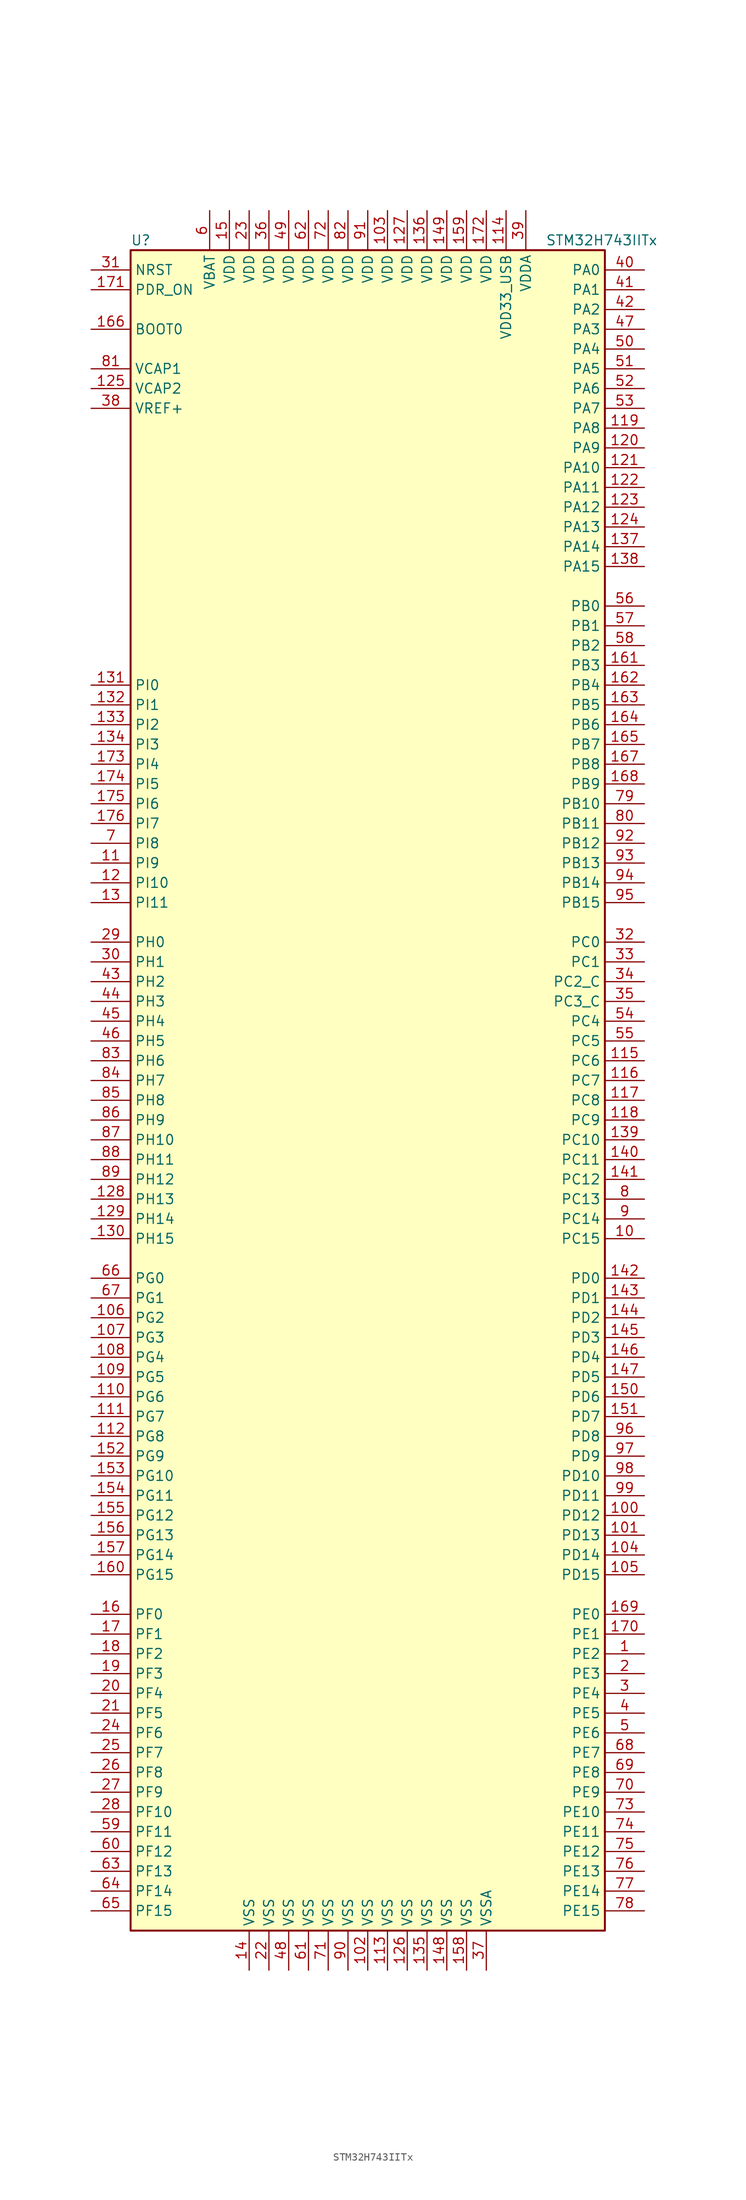
<source format=kicad_sym>
(kicad_symbol_lib
  (version 20201005)
  (generator kicad_symbol_editor)
  (symbol "MCU_ST_STM32H7:STM32H743IITx"
    (property "Reference" "U"
      (at -30.48 107.95 0)
      (effects (font (size 1.27 1.27)) (justify left)))
    (property "Value" "STM32H743IITx"
      (at 22.86 107.95 0)
      (effects (font (size 1.27 1.27)) (justify left)))
    (symbol "STM32H743IITx_0_1"
      (rectangle (start -30.48 -109.22) (end 30.48 106.68) (stroke (width 0.254)) (fill (type background))))
    (symbol "STM32H743IITx_1_1"
      (pin input line (at -35.56 96.52 0) (length 5.08) (name "BOOT0" (effects (font (size 1.27 1.27)))) (number "166" (effects (font (size 1.27 1.27)))))
      (pin input line (at -35.56 104.14 0) (length 5.08) (name "NRST" (effects (font (size 1.27 1.27)))) (number "31" (effects (font (size 1.27 1.27)))))
      (pin bidirectional line (at 35.56 104.14 180) (length 5.08) (name "PA0" (effects (font (size 1.27 1.27)))) (number "40" (effects (font (size 1.27 1.27)))))
      (pin bidirectional line (at 35.56 101.6 180) (length 5.08) (name "PA1" (effects (font (size 1.27 1.27)))) (number "41" (effects (font (size 1.27 1.27)))))
      (pin bidirectional line (at 35.56 78.74 180) (length 5.08) (name "PA10" (effects (font (size 1.27 1.27)))) (number "121" (effects (font (size 1.27 1.27)))))
      (pin bidirectional line (at 35.56 76.2 180) (length 5.08) (name "PA11" (effects (font (size 1.27 1.27)))) (number "122" (effects (font (size 1.27 1.27)))))
      (pin bidirectional line (at 35.56 73.66 180) (length 5.08) (name "PA12" (effects (font (size 1.27 1.27)))) (number "123" (effects (font (size 1.27 1.27)))))
      (pin bidirectional line (at 35.56 71.12 180) (length 5.08) (name "PA13" (effects (font (size 1.27 1.27)))) (number "124" (effects (font (size 1.27 1.27)))))
      (pin bidirectional line (at 35.56 68.58 180) (length 5.08) (name "PA14" (effects (font (size 1.27 1.27)))) (number "137" (effects (font (size 1.27 1.27)))))
      (pin bidirectional line (at 35.56 66.04 180) (length 5.08) (name "PA15" (effects (font (size 1.27 1.27)))) (number "138" (effects (font (size 1.27 1.27)))))
      (pin bidirectional line (at 35.56 99.06 180) (length 5.08) (name "PA2" (effects (font (size 1.27 1.27)))) (number "42" (effects (font (size 1.27 1.27)))))
      (pin bidirectional line (at 35.56 96.52 180) (length 5.08) (name "PA3" (effects (font (size 1.27 1.27)))) (number "47" (effects (font (size 1.27 1.27)))))
      (pin bidirectional line (at 35.56 93.98 180) (length 5.08) (name "PA4" (effects (font (size 1.27 1.27)))) (number "50" (effects (font (size 1.27 1.27)))))
      (pin bidirectional line (at 35.56 91.44 180) (length 5.08) (name "PA5" (effects (font (size 1.27 1.27)))) (number "51" (effects (font (size 1.27 1.27)))))
      (pin bidirectional line (at 35.56 88.9 180) (length 5.08) (name "PA6" (effects (font (size 1.27 1.27)))) (number "52" (effects (font (size 1.27 1.27)))))
      (pin bidirectional line (at 35.56 86.36 180) (length 5.08) (name "PA7" (effects (font (size 1.27 1.27)))) (number "53" (effects (font (size 1.27 1.27)))))
      (pin bidirectional line (at 35.56 83.82 180) (length 5.08) (name "PA8" (effects (font (size 1.27 1.27)))) (number "119" (effects (font (size 1.27 1.27)))))
      (pin bidirectional line (at 35.56 81.28 180) (length 5.08) (name "PA9" (effects (font (size 1.27 1.27)))) (number "120" (effects (font (size 1.27 1.27)))))
      (pin bidirectional line (at 35.56 60.96 180) (length 5.08) (name "PB0" (effects (font (size 1.27 1.27)))) (number "56" (effects (font (size 1.27 1.27)))))
      (pin bidirectional line (at 35.56 58.42 180) (length 5.08) (name "PB1" (effects (font (size 1.27 1.27)))) (number "57" (effects (font (size 1.27 1.27)))))
      (pin bidirectional line (at 35.56 35.56 180) (length 5.08) (name "PB10" (effects (font (size 1.27 1.27)))) (number "79" (effects (font (size 1.27 1.27)))))
      (pin bidirectional line (at 35.56 33.02 180) (length 5.08) (name "PB11" (effects (font (size 1.27 1.27)))) (number "80" (effects (font (size 1.27 1.27)))))
      (pin bidirectional line (at 35.56 30.48 180) (length 5.08) (name "PB12" (effects (font (size 1.27 1.27)))) (number "92" (effects (font (size 1.27 1.27)))))
      (pin bidirectional line (at 35.56 27.94 180) (length 5.08) (name "PB13" (effects (font (size 1.27 1.27)))) (number "93" (effects (font (size 1.27 1.27)))))
      (pin bidirectional line (at 35.56 25.4 180) (length 5.08) (name "PB14" (effects (font (size 1.27 1.27)))) (number "94" (effects (font (size 1.27 1.27)))))
      (pin bidirectional line (at 35.56 22.86 180) (length 5.08) (name "PB15" (effects (font (size 1.27 1.27)))) (number "95" (effects (font (size 1.27 1.27)))))
      (pin bidirectional line (at 35.56 55.88 180) (length 5.08) (name "PB2" (effects (font (size 1.27 1.27)))) (number "58" (effects (font (size 1.27 1.27)))))
      (pin bidirectional line (at 35.56 53.34 180) (length 5.08) (name "PB3" (effects (font (size 1.27 1.27)))) (number "161" (effects (font (size 1.27 1.27)))))
      (pin bidirectional line (at 35.56 50.8 180) (length 5.08) (name "PB4" (effects (font (size 1.27 1.27)))) (number "162" (effects (font (size 1.27 1.27)))))
      (pin bidirectional line (at 35.56 48.26 180) (length 5.08) (name "PB5" (effects (font (size 1.27 1.27)))) (number "163" (effects (font (size 1.27 1.27)))))
      (pin bidirectional line (at 35.56 45.72 180) (length 5.08) (name "PB6" (effects (font (size 1.27 1.27)))) (number "164" (effects (font (size 1.27 1.27)))))
      (pin bidirectional line (at 35.56 43.18 180) (length 5.08) (name "PB7" (effects (font (size 1.27 1.27)))) (number "165" (effects (font (size 1.27 1.27)))))
      (pin bidirectional line (at 35.56 40.64 180) (length 5.08) (name "PB8" (effects (font (size 1.27 1.27)))) (number "167" (effects (font (size 1.27 1.27)))))
      (pin bidirectional line (at 35.56 38.1 180) (length 5.08) (name "PB9" (effects (font (size 1.27 1.27)))) (number "168" (effects (font (size 1.27 1.27)))))
      (pin bidirectional line (at 35.56 17.78 180) (length 5.08) (name "PC0" (effects (font (size 1.27 1.27)))) (number "32" (effects (font (size 1.27 1.27)))))
      (pin bidirectional line (at 35.56 15.24 180) (length 5.08) (name "PC1" (effects (font (size 1.27 1.27)))) (number "33" (effects (font (size 1.27 1.27)))))
      (pin bidirectional line (at 35.56 -7.62 180) (length 5.08) (name "PC10" (effects (font (size 1.27 1.27)))) (number "139" (effects (font (size 1.27 1.27)))))
      (pin bidirectional line (at 35.56 -10.16 180) (length 5.08) (name "PC11" (effects (font (size 1.27 1.27)))) (number "140" (effects (font (size 1.27 1.27)))))
      (pin bidirectional line (at 35.56 -12.7 180) (length 5.08) (name "PC12" (effects (font (size 1.27 1.27)))) (number "141" (effects (font (size 1.27 1.27)))))
      (pin bidirectional line (at 35.56 -15.24 180) (length 5.08) (name "PC13" (effects (font (size 1.27 1.27)))) (number "8" (effects (font (size 1.27 1.27)))))
      (pin bidirectional line (at 35.56 -17.78 180) (length 5.08) (name "PC14" (effects (font (size 1.27 1.27)))) (number "9" (effects (font (size 1.27 1.27)))))
      (pin bidirectional line (at 35.56 -20.32 180) (length 5.08) (name "PC15" (effects (font (size 1.27 1.27)))) (number "10" (effects (font (size 1.27 1.27)))))
      (pin bidirectional line (at 35.56 12.7 180) (length 5.08) (name "PC2_C" (effects (font (size 1.27 1.27)))) (number "34" (effects (font (size 1.27 1.27)))))
      (pin bidirectional line (at 35.56 10.16 180) (length 5.08) (name "PC3_C" (effects (font (size 1.27 1.27)))) (number "35" (effects (font (size 1.27 1.27)))))
      (pin bidirectional line (at 35.56 7.62 180) (length 5.08) (name "PC4" (effects (font (size 1.27 1.27)))) (number "54" (effects (font (size 1.27 1.27)))))
      (pin bidirectional line (at 35.56 5.08 180) (length 5.08) (name "PC5" (effects (font (size 1.27 1.27)))) (number "55" (effects (font (size 1.27 1.27)))))
      (pin bidirectional line (at 35.56 2.54 180) (length 5.08) (name "PC6" (effects (font (size 1.27 1.27)))) (number "115" (effects (font (size 1.27 1.27)))))
      (pin bidirectional line (at 35.56 0 180) (length 5.08) (name "PC7" (effects (font (size 1.27 1.27)))) (number "116" (effects (font (size 1.27 1.27)))))
      (pin bidirectional line (at 35.56 -2.54 180) (length 5.08) (name "PC8" (effects (font (size 1.27 1.27)))) (number "117" (effects (font (size 1.27 1.27)))))
      (pin bidirectional line (at 35.56 -5.08 180) (length 5.08) (name "PC9" (effects (font (size 1.27 1.27)))) (number "118" (effects (font (size 1.27 1.27)))))
      (pin bidirectional line (at 35.56 -25.4 180) (length 5.08) (name "PD0" (effects (font (size 1.27 1.27)))) (number "142" (effects (font (size 1.27 1.27)))))
      (pin bidirectional line (at 35.56 -27.94 180) (length 5.08) (name "PD1" (effects (font (size 1.27 1.27)))) (number "143" (effects (font (size 1.27 1.27)))))
      (pin bidirectional line (at 35.56 -50.8 180) (length 5.08) (name "PD10" (effects (font (size 1.27 1.27)))) (number "98" (effects (font (size 1.27 1.27)))))
      (pin bidirectional line (at 35.56 -53.34 180) (length 5.08) (name "PD11" (effects (font (size 1.27 1.27)))) (number "99" (effects (font (size 1.27 1.27)))))
      (pin bidirectional line (at 35.56 -55.88 180) (length 5.08) (name "PD12" (effects (font (size 1.27 1.27)))) (number "100" (effects (font (size 1.27 1.27)))))
      (pin bidirectional line (at 35.56 -58.42 180) (length 5.08) (name "PD13" (effects (font (size 1.27 1.27)))) (number "101" (effects (font (size 1.27 1.27)))))
      (pin bidirectional line (at 35.56 -60.96 180) (length 5.08) (name "PD14" (effects (font (size 1.27 1.27)))) (number "104" (effects (font (size 1.27 1.27)))))
      (pin bidirectional line (at 35.56 -63.5 180) (length 5.08) (name "PD15" (effects (font (size 1.27 1.27)))) (number "105" (effects (font (size 1.27 1.27)))))
      (pin bidirectional line (at 35.56 -30.48 180) (length 5.08) (name "PD2" (effects (font (size 1.27 1.27)))) (number "144" (effects (font (size 1.27 1.27)))))
      (pin bidirectional line (at 35.56 -33.02 180) (length 5.08) (name "PD3" (effects (font (size 1.27 1.27)))) (number "145" (effects (font (size 1.27 1.27)))))
      (pin bidirectional line (at 35.56 -35.56 180) (length 5.08) (name "PD4" (effects (font (size 1.27 1.27)))) (number "146" (effects (font (size 1.27 1.27)))))
      (pin bidirectional line (at 35.56 -38.1 180) (length 5.08) (name "PD5" (effects (font (size 1.27 1.27)))) (number "147" (effects (font (size 1.27 1.27)))))
      (pin bidirectional line (at 35.56 -40.64 180) (length 5.08) (name "PD6" (effects (font (size 1.27 1.27)))) (number "150" (effects (font (size 1.27 1.27)))))
      (pin bidirectional line (at 35.56 -43.18 180) (length 5.08) (name "PD7" (effects (font (size 1.27 1.27)))) (number "151" (effects (font (size 1.27 1.27)))))
      (pin bidirectional line (at 35.56 -45.72 180) (length 5.08) (name "PD8" (effects (font (size 1.27 1.27)))) (number "96" (effects (font (size 1.27 1.27)))))
      (pin bidirectional line (at 35.56 -48.26 180) (length 5.08) (name "PD9" (effects (font (size 1.27 1.27)))) (number "97" (effects (font (size 1.27 1.27)))))
      (pin input line (at -35.56 101.6 0) (length 5.08) (name "PDR_ON" (effects (font (size 1.27 1.27)))) (number "171" (effects (font (size 1.27 1.27)))))
      (pin bidirectional line (at 35.56 -68.58 180) (length 5.08) (name "PE0" (effects (font (size 1.27 1.27)))) (number "169" (effects (font (size 1.27 1.27)))))
      (pin bidirectional line (at 35.56 -71.12 180) (length 5.08) (name "PE1" (effects (font (size 1.27 1.27)))) (number "170" (effects (font (size 1.27 1.27)))))
      (pin bidirectional line (at 35.56 -93.98 180) (length 5.08) (name "PE10" (effects (font (size 1.27 1.27)))) (number "73" (effects (font (size 1.27 1.27)))))
      (pin bidirectional line (at 35.56 -96.52 180) (length 5.08) (name "PE11" (effects (font (size 1.27 1.27)))) (number "74" (effects (font (size 1.27 1.27)))))
      (pin bidirectional line (at 35.56 -99.06 180) (length 5.08) (name "PE12" (effects (font (size 1.27 1.27)))) (number "75" (effects (font (size 1.27 1.27)))))
      (pin bidirectional line (at 35.56 -101.6 180) (length 5.08) (name "PE13" (effects (font (size 1.27 1.27)))) (number "76" (effects (font (size 1.27 1.27)))))
      (pin bidirectional line (at 35.56 -104.14 180) (length 5.08) (name "PE14" (effects (font (size 1.27 1.27)))) (number "77" (effects (font (size 1.27 1.27)))))
      (pin bidirectional line (at 35.56 -106.68 180) (length 5.08) (name "PE15" (effects (font (size 1.27 1.27)))) (number "78" (effects (font (size 1.27 1.27)))))
      (pin bidirectional line (at 35.56 -73.66 180) (length 5.08) (name "PE2" (effects (font (size 1.27 1.27)))) (number "1" (effects (font (size 1.27 1.27)))))
      (pin bidirectional line (at 35.56 -76.2 180) (length 5.08) (name "PE3" (effects (font (size 1.27 1.27)))) (number "2" (effects (font (size 1.27 1.27)))))
      (pin bidirectional line (at 35.56 -78.74 180) (length 5.08) (name "PE4" (effects (font (size 1.27 1.27)))) (number "3" (effects (font (size 1.27 1.27)))))
      (pin bidirectional line (at 35.56 -81.28 180) (length 5.08) (name "PE5" (effects (font (size 1.27 1.27)))) (number "4" (effects (font (size 1.27 1.27)))))
      (pin bidirectional line (at 35.56 -83.82 180) (length 5.08) (name "PE6" (effects (font (size 1.27 1.27)))) (number "5" (effects (font (size 1.27 1.27)))))
      (pin bidirectional line (at 35.56 -86.36 180) (length 5.08) (name "PE7" (effects (font (size 1.27 1.27)))) (number "68" (effects (font (size 1.27 1.27)))))
      (pin bidirectional line (at 35.56 -88.9 180) (length 5.08) (name "PE8" (effects (font (size 1.27 1.27)))) (number "69" (effects (font (size 1.27 1.27)))))
      (pin bidirectional line (at 35.56 -91.44 180) (length 5.08) (name "PE9" (effects (font (size 1.27 1.27)))) (number "70" (effects (font (size 1.27 1.27)))))
      (pin bidirectional line (at -35.56 -68.58 0) (length 5.08) (name "PF0" (effects (font (size 1.27 1.27)))) (number "16" (effects (font (size 1.27 1.27)))))
      (pin bidirectional line (at -35.56 -71.12 0) (length 5.08) (name "PF1" (effects (font (size 1.27 1.27)))) (number "17" (effects (font (size 1.27 1.27)))))
      (pin bidirectional line (at -35.56 -93.98 0) (length 5.08) (name "PF10" (effects (font (size 1.27 1.27)))) (number "28" (effects (font (size 1.27 1.27)))))
      (pin bidirectional line (at -35.56 -96.52 0) (length 5.08) (name "PF11" (effects (font (size 1.27 1.27)))) (number "59" (effects (font (size 1.27 1.27)))))
      (pin bidirectional line (at -35.56 -99.06 0) (length 5.08) (name "PF12" (effects (font (size 1.27 1.27)))) (number "60" (effects (font (size 1.27 1.27)))))
      (pin bidirectional line (at -35.56 -101.6 0) (length 5.08) (name "PF13" (effects (font (size 1.27 1.27)))) (number "63" (effects (font (size 1.27 1.27)))))
      (pin bidirectional line (at -35.56 -104.14 0) (length 5.08) (name "PF14" (effects (font (size 1.27 1.27)))) (number "64" (effects (font (size 1.27 1.27)))))
      (pin bidirectional line (at -35.56 -106.68 0) (length 5.08) (name "PF15" (effects (font (size 1.27 1.27)))) (number "65" (effects (font (size 1.27 1.27)))))
      (pin bidirectional line (at -35.56 -73.66 0) (length 5.08) (name "PF2" (effects (font (size 1.27 1.27)))) (number "18" (effects (font (size 1.27 1.27)))))
      (pin bidirectional line (at -35.56 -76.2 0) (length 5.08) (name "PF3" (effects (font (size 1.27 1.27)))) (number "19" (effects (font (size 1.27 1.27)))))
      (pin bidirectional line (at -35.56 -78.74 0) (length 5.08) (name "PF4" (effects (font (size 1.27 1.27)))) (number "20" (effects (font (size 1.27 1.27)))))
      (pin bidirectional line (at -35.56 -81.28 0) (length 5.08) (name "PF5" (effects (font (size 1.27 1.27)))) (number "21" (effects (font (size 1.27 1.27)))))
      (pin bidirectional line (at -35.56 -83.82 0) (length 5.08) (name "PF6" (effects (font (size 1.27 1.27)))) (number "24" (effects (font (size 1.27 1.27)))))
      (pin bidirectional line (at -35.56 -86.36 0) (length 5.08) (name "PF7" (effects (font (size 1.27 1.27)))) (number "25" (effects (font (size 1.27 1.27)))))
      (pin bidirectional line (at -35.56 -88.9 0) (length 5.08) (name "PF8" (effects (font (size 1.27 1.27)))) (number "26" (effects (font (size 1.27 1.27)))))
      (pin bidirectional line (at -35.56 -91.44 0) (length 5.08) (name "PF9" (effects (font (size 1.27 1.27)))) (number "27" (effects (font (size 1.27 1.27)))))
      (pin bidirectional line (at -35.56 -25.4 0) (length 5.08) (name "PG0" (effects (font (size 1.27 1.27)))) (number "66" (effects (font (size 1.27 1.27)))))
      (pin bidirectional line (at -35.56 -27.94 0) (length 5.08) (name "PG1" (effects (font (size 1.27 1.27)))) (number "67" (effects (font (size 1.27 1.27)))))
      (pin bidirectional line (at -35.56 -50.8 0) (length 5.08) (name "PG10" (effects (font (size 1.27 1.27)))) (number "153" (effects (font (size 1.27 1.27)))))
      (pin bidirectional line (at -35.56 -53.34 0) (length 5.08) (name "PG11" (effects (font (size 1.27 1.27)))) (number "154" (effects (font (size 1.27 1.27)))))
      (pin bidirectional line (at -35.56 -55.88 0) (length 5.08) (name "PG12" (effects (font (size 1.27 1.27)))) (number "155" (effects (font (size 1.27 1.27)))))
      (pin bidirectional line (at -35.56 -58.42 0) (length 5.08) (name "PG13" (effects (font (size 1.27 1.27)))) (number "156" (effects (font (size 1.27 1.27)))))
      (pin bidirectional line (at -35.56 -60.96 0) (length 5.08) (name "PG14" (effects (font (size 1.27 1.27)))) (number "157" (effects (font (size 1.27 1.27)))))
      (pin bidirectional line (at -35.56 -63.5 0) (length 5.08) (name "PG15" (effects (font (size 1.27 1.27)))) (number "160" (effects (font (size 1.27 1.27)))))
      (pin bidirectional line (at -35.56 -30.48 0) (length 5.08) (name "PG2" (effects (font (size 1.27 1.27)))) (number "106" (effects (font (size 1.27 1.27)))))
      (pin bidirectional line (at -35.56 -33.02 0) (length 5.08) (name "PG3" (effects (font (size 1.27 1.27)))) (number "107" (effects (font (size 1.27 1.27)))))
      (pin bidirectional line (at -35.56 -35.56 0) (length 5.08) (name "PG4" (effects (font (size 1.27 1.27)))) (number "108" (effects (font (size 1.27 1.27)))))
      (pin bidirectional line (at -35.56 -38.1 0) (length 5.08) (name "PG5" (effects (font (size 1.27 1.27)))) (number "109" (effects (font (size 1.27 1.27)))))
      (pin bidirectional line (at -35.56 -40.64 0) (length 5.08) (name "PG6" (effects (font (size 1.27 1.27)))) (number "110" (effects (font (size 1.27 1.27)))))
      (pin bidirectional line (at -35.56 -43.18 0) (length 5.08) (name "PG7" (effects (font (size 1.27 1.27)))) (number "111" (effects (font (size 1.27 1.27)))))
      (pin bidirectional line (at -35.56 -45.72 0) (length 5.08) (name "PG8" (effects (font (size 1.27 1.27)))) (number "112" (effects (font (size 1.27 1.27)))))
      (pin bidirectional line (at -35.56 -48.26 0) (length 5.08) (name "PG9" (effects (font (size 1.27 1.27)))) (number "152" (effects (font (size 1.27 1.27)))))
      (pin input line (at -35.56 17.78 0) (length 5.08) (name "PH0" (effects (font (size 1.27 1.27)))) (number "29" (effects (font (size 1.27 1.27)))))
      (pin input line (at -35.56 15.24 0) (length 5.08) (name "PH1" (effects (font (size 1.27 1.27)))) (number "30" (effects (font (size 1.27 1.27)))))
      (pin bidirectional line (at -35.56 -7.62 0) (length 5.08) (name "PH10" (effects (font (size 1.27 1.27)))) (number "87" (effects (font (size 1.27 1.27)))))
      (pin bidirectional line (at -35.56 -10.16 0) (length 5.08) (name "PH11" (effects (font (size 1.27 1.27)))) (number "88" (effects (font (size 1.27 1.27)))))
      (pin bidirectional line (at -35.56 -12.7 0) (length 5.08) (name "PH12" (effects (font (size 1.27 1.27)))) (number "89" (effects (font (size 1.27 1.27)))))
      (pin bidirectional line (at -35.56 -15.24 0) (length 5.08) (name "PH13" (effects (font (size 1.27 1.27)))) (number "128" (effects (font (size 1.27 1.27)))))
      (pin bidirectional line (at -35.56 -17.78 0) (length 5.08) (name "PH14" (effects (font (size 1.27 1.27)))) (number "129" (effects (font (size 1.27 1.27)))))
      (pin bidirectional line (at -35.56 -20.32 0) (length 5.08) (name "PH15" (effects (font (size 1.27 1.27)))) (number "130" (effects (font (size 1.27 1.27)))))
      (pin bidirectional line (at -35.56 12.7 0) (length 5.08) (name "PH2" (effects (font (size 1.27 1.27)))) (number "43" (effects (font (size 1.27 1.27)))))
      (pin bidirectional line (at -35.56 10.16 0) (length 5.08) (name "PH3" (effects (font (size 1.27 1.27)))) (number "44" (effects (font (size 1.27 1.27)))))
      (pin bidirectional line (at -35.56 7.62 0) (length 5.08) (name "PH4" (effects (font (size 1.27 1.27)))) (number "45" (effects (font (size 1.27 1.27)))))
      (pin bidirectional line (at -35.56 5.08 0) (length 5.08) (name "PH5" (effects (font (size 1.27 1.27)))) (number "46" (effects (font (size 1.27 1.27)))))
      (pin bidirectional line (at -35.56 2.54 0) (length 5.08) (name "PH6" (effects (font (size 1.27 1.27)))) (number "83" (effects (font (size 1.27 1.27)))))
      (pin bidirectional line (at -35.56 0 0) (length 5.08) (name "PH7" (effects (font (size 1.27 1.27)))) (number "84" (effects (font (size 1.27 1.27)))))
      (pin bidirectional line (at -35.56 -2.54 0) (length 5.08) (name "PH8" (effects (font (size 1.27 1.27)))) (number "85" (effects (font (size 1.27 1.27)))))
      (pin bidirectional line (at -35.56 -5.08 0) (length 5.08) (name "PH9" (effects (font (size 1.27 1.27)))) (number "86" (effects (font (size 1.27 1.27)))))
      (pin bidirectional line (at -35.56 50.8 0) (length 5.08) (name "PI0" (effects (font (size 1.27 1.27)))) (number "131" (effects (font (size 1.27 1.27)))))
      (pin bidirectional line (at -35.56 48.26 0) (length 5.08) (name "PI1" (effects (font (size 1.27 1.27)))) (number "132" (effects (font (size 1.27 1.27)))))
      (pin bidirectional line (at -35.56 25.4 0) (length 5.08) (name "PI10" (effects (font (size 1.27 1.27)))) (number "12" (effects (font (size 1.27 1.27)))))
      (pin bidirectional line (at -35.56 22.86 0) (length 5.08) (name "PI11" (effects (font (size 1.27 1.27)))) (number "13" (effects (font (size 1.27 1.27)))))
      (pin bidirectional line (at -35.56 45.72 0) (length 5.08) (name "PI2" (effects (font (size 1.27 1.27)))) (number "133" (effects (font (size 1.27 1.27)))))
      (pin bidirectional line (at -35.56 43.18 0) (length 5.08) (name "PI3" (effects (font (size 1.27 1.27)))) (number "134" (effects (font (size 1.27 1.27)))))
      (pin bidirectional line (at -35.56 40.64 0) (length 5.08) (name "PI4" (effects (font (size 1.27 1.27)))) (number "173" (effects (font (size 1.27 1.27)))))
      (pin bidirectional line (at -35.56 38.1 0) (length 5.08) (name "PI5" (effects (font (size 1.27 1.27)))) (number "174" (effects (font (size 1.27 1.27)))))
      (pin bidirectional line (at -35.56 35.56 0) (length 5.08) (name "PI6" (effects (font (size 1.27 1.27)))) (number "175" (effects (font (size 1.27 1.27)))))
      (pin bidirectional line (at -35.56 33.02 0) (length 5.08) (name "PI7" (effects (font (size 1.27 1.27)))) (number "176" (effects (font (size 1.27 1.27)))))
      (pin bidirectional line (at -35.56 30.48 0) (length 5.08) (name "PI8" (effects (font (size 1.27 1.27)))) (number "7" (effects (font (size 1.27 1.27)))))
      (pin bidirectional line (at -35.56 27.94 0) (length 5.08) (name "PI9" (effects (font (size 1.27 1.27)))) (number "11" (effects (font (size 1.27 1.27)))))
      (pin power_in line (at -20.32 111.76 270) (length 5.08) (name "VBAT" (effects (font (size 1.27 1.27)))) (number "6" (effects (font (size 1.27 1.27)))))
      (pin power_in line (at -35.56 91.44 0) (length 5.08) (name "VCAP1" (effects (font (size 1.27 1.27)))) (number "81" (effects (font (size 1.27 1.27)))))
      (pin power_in line (at -35.56 88.9 0) (length 5.08) (name "VCAP2" (effects (font (size 1.27 1.27)))) (number "125" (effects (font (size 1.27 1.27)))))
      (pin power_in line (at 2.54 111.76 270) (length 5.08) (name "VDD" (effects (font (size 1.27 1.27)))) (number "103" (effects (font (size 1.27 1.27)))))
      (pin power_in line (at 5.08 111.76 270) (length 5.08) (name "VDD" (effects (font (size 1.27 1.27)))) (number "127" (effects (font (size 1.27 1.27)))))
      (pin power_in line (at 7.62 111.76 270) (length 5.08) (name "VDD" (effects (font (size 1.27 1.27)))) (number "136" (effects (font (size 1.27 1.27)))))
      (pin power_in line (at 10.16 111.76 270) (length 5.08) (name "VDD" (effects (font (size 1.27 1.27)))) (number "149" (effects (font (size 1.27 1.27)))))
      (pin power_in line (at -17.78 111.76 270) (length 5.08) (name "VDD" (effects (font (size 1.27 1.27)))) (number "15" (effects (font (size 1.27 1.27)))))
      (pin power_in line (at 12.7 111.76 270) (length 5.08) (name "VDD" (effects (font (size 1.27 1.27)))) (number "159" (effects (font (size 1.27 1.27)))))
      (pin power_in line (at 15.24 111.76 270) (length 5.08) (name "VDD" (effects (font (size 1.27 1.27)))) (number "172" (effects (font (size 1.27 1.27)))))
      (pin power_in line (at -15.24 111.76 270) (length 5.08) (name "VDD" (effects (font (size 1.27 1.27)))) (number "23" (effects (font (size 1.27 1.27)))))
      (pin power_in line (at -12.7 111.76 270) (length 5.08) (name "VDD" (effects (font (size 1.27 1.27)))) (number "36" (effects (font (size 1.27 1.27)))))
      (pin power_in line (at -10.16 111.76 270) (length 5.08) (name "VDD" (effects (font (size 1.27 1.27)))) (number "49" (effects (font (size 1.27 1.27)))))
      (pin power_in line (at -7.62 111.76 270) (length 5.08) (name "VDD" (effects (font (size 1.27 1.27)))) (number "62" (effects (font (size 1.27 1.27)))))
      (pin power_in line (at -5.08 111.76 270) (length 5.08) (name "VDD" (effects (font (size 1.27 1.27)))) (number "72" (effects (font (size 1.27 1.27)))))
      (pin power_in line (at -2.54 111.76 270) (length 5.08) (name "VDD" (effects (font (size 1.27 1.27)))) (number "82" (effects (font (size 1.27 1.27)))))
      (pin power_in line (at 0 111.76 270) (length 5.08) (name "VDD" (effects (font (size 1.27 1.27)))) (number "91" (effects (font (size 1.27 1.27)))))
      (pin power_in line (at 17.78 111.76 270) (length 5.08) (name "VDD33_USB" (effects (font (size 1.27 1.27)))) (number "114" (effects (font (size 1.27 1.27)))))
      (pin power_in line (at 20.32 111.76 270) (length 5.08) (name "VDDA" (effects (font (size 1.27 1.27)))) (number "39" (effects (font (size 1.27 1.27)))))
      (pin bidirectional line (at -35.56 86.36 0) (length 5.08) (name "VREF+" (effects (font (size 1.27 1.27)))) (number "38" (effects (font (size 1.27 1.27)))))
      (pin power_in line (at 0 -114.3 90) (length 5.08) (name "VSS" (effects (font (size 1.27 1.27)))) (number "102" (effects (font (size 1.27 1.27)))))
      (pin power_in line (at 2.54 -114.3 90) (length 5.08) (name "VSS" (effects (font (size 1.27 1.27)))) (number "113" (effects (font (size 1.27 1.27)))))
      (pin power_in line (at 5.08 -114.3 90) (length 5.08) (name "VSS" (effects (font (size 1.27 1.27)))) (number "126" (effects (font (size 1.27 1.27)))))
      (pin power_in line (at 7.62 -114.3 90) (length 5.08) (name "VSS" (effects (font (size 1.27 1.27)))) (number "135" (effects (font (size 1.27 1.27)))))
      (pin power_in line (at -15.24 -114.3 90) (length 5.08) (name "VSS" (effects (font (size 1.27 1.27)))) (number "14" (effects (font (size 1.27 1.27)))))
      (pin power_in line (at 10.16 -114.3 90) (length 5.08) (name "VSS" (effects (font (size 1.27 1.27)))) (number "148" (effects (font (size 1.27 1.27)))))
      (pin power_in line (at 12.7 -114.3 90) (length 5.08) (name "VSS" (effects (font (size 1.27 1.27)))) (number "158" (effects (font (size 1.27 1.27)))))
      (pin power_in line (at -12.7 -114.3 90) (length 5.08) (name "VSS" (effects (font (size 1.27 1.27)))) (number "22" (effects (font (size 1.27 1.27)))))
      (pin power_in line (at -10.16 -114.3 90) (length 5.08) (name "VSS" (effects (font (size 1.27 1.27)))) (number "48" (effects (font (size 1.27 1.27)))))
      (pin power_in line (at -7.62 -114.3 90) (length 5.08) (name "VSS" (effects (font (size 1.27 1.27)))) (number "61" (effects (font (size 1.27 1.27)))))
      (pin power_in line (at -5.08 -114.3 90) (length 5.08) (name "VSS" (effects (font (size 1.27 1.27)))) (number "71" (effects (font (size 1.27 1.27)))))
      (pin power_in line (at -2.54 -114.3 90) (length 5.08) (name "VSS" (effects (font (size 1.27 1.27)))) (number "90" (effects (font (size 1.27 1.27)))))
      (pin power_in line (at 15.24 -114.3 90) (length 5.08) (name "VSSA" (effects (font (size 1.27 1.27)))) (number "37" (effects (font (size 1.27 1.27))))))))
</source>
